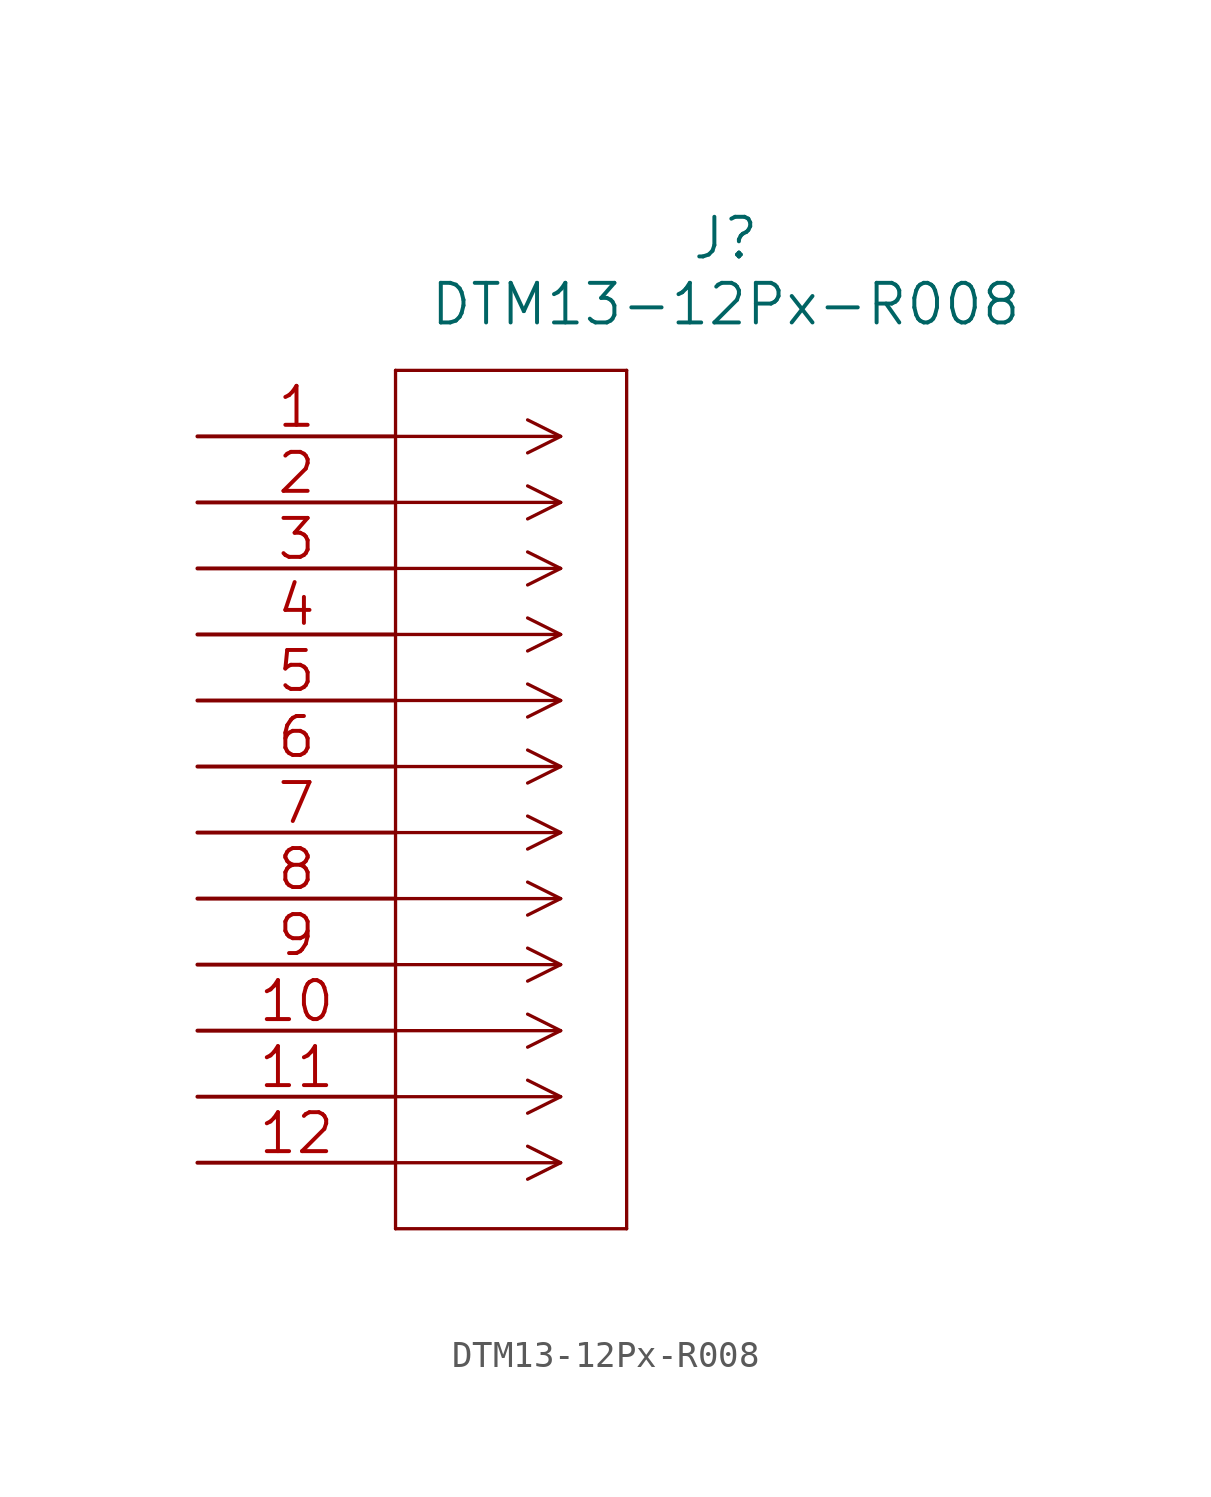
<source format=kicad_sym>
(kicad_symbol_lib
  (version 20211014)
  (generator kicad_symbol_editor)
  (symbol "DTM13-12Px-R008"
    (pin_names
      (offset 0.254) hide)
    (property "Reference" "J"
      (at 20.32 7.62 0)
      (effects (font (size 1.524 1.524))))
    (property "Value" "DTM13-12Px-R008"
      (at 20.32 5.08 0)
      (effects (font (size 1.524 1.524))))
    (symbol "DTM13-12Px-R008_1_1"
      (polyline (pts (xy 7.62 -30.48) (xy 16.51 -30.48)) (stroke (width 0.127) (type default) (color 0 0 0 0)) (fill (type none)))
      (polyline (pts (xy 7.62 -27.94) (xy 13.97 -27.94)) (stroke (width 0.127) (type default) (color 0 0 0 0)) (fill (type none)))
      (polyline (pts (xy 7.62 -25.4) (xy 13.97 -25.4)) (stroke (width 0.127) (type default) (color 0 0 0 0)) (fill (type none)))
      (polyline (pts (xy 7.62 -22.86) (xy 13.97 -22.86)) (stroke (width 0.127) (type default) (color 0 0 0 0)) (fill (type none)))
      (polyline (pts (xy 7.62 -20.32) (xy 13.97 -20.32)) (stroke (width 0.127) (type default) (color 0 0 0 0)) (fill (type none)))
      (polyline (pts (xy 7.62 -17.78) (xy 13.97 -17.78)) (stroke (width 0.127) (type default) (color 0 0 0 0)) (fill (type none)))
      (polyline (pts (xy 7.62 -15.24) (xy 13.97 -15.24)) (stroke (width 0.127) (type default) (color 0 0 0 0)) (fill (type none)))
      (polyline (pts (xy 7.62 -12.7) (xy 13.97 -12.7)) (stroke (width 0.127) (type default) (color 0 0 0 0)) (fill (type none)))
      (polyline (pts (xy 7.62 -10.16) (xy 13.97 -10.16)) (stroke (width 0.127) (type default) (color 0 0 0 0)) (fill (type none)))
      (polyline (pts (xy 7.62 -7.62) (xy 13.97 -7.62)) (stroke (width 0.127) (type default) (color 0 0 0 0)) (fill (type none)))
      (polyline (pts (xy 7.62 -5.08) (xy 13.97 -5.08)) (stroke (width 0.127) (type default) (color 0 0 0 0)) (fill (type none)))
      (polyline (pts (xy 7.62 -2.54) (xy 13.97 -2.54)) (stroke (width 0.127) (type default) (color 0 0 0 0)) (fill (type none)))
      (polyline (pts (xy 7.62 0) (xy 13.97 0)) (stroke (width 0.127) (type default) (color 0 0 0 0)) (fill (type none)))
      (polyline (pts (xy 7.62 2.54) (xy 7.62 -30.48)) (stroke (width 0.127) (type default) (color 0 0 0 0)) (fill (type none)))
      (polyline (pts (xy 12.7 -28.575) (xy 13.97 -27.94)) (stroke (width 0.127) (type default) (color 0 0 0 0)) (fill (type none)))
      (polyline (pts (xy 12.7 -27.305) (xy 13.97 -27.94)) (stroke (width 0.127) (type default) (color 0 0 0 0)) (fill (type none)))
      (polyline (pts (xy 12.7 -26.035) (xy 13.97 -25.4)) (stroke (width 0.127) (type default) (color 0 0 0 0)) (fill (type none)))
      (polyline (pts (xy 12.7 -24.765) (xy 13.97 -25.4)) (stroke (width 0.127) (type default) (color 0 0 0 0)) (fill (type none)))
      (polyline (pts (xy 12.7 -23.495) (xy 13.97 -22.86)) (stroke (width 0.127) (type default) (color 0 0 0 0)) (fill (type none)))
      (polyline (pts (xy 12.7 -22.225) (xy 13.97 -22.86)) (stroke (width 0.127) (type default) (color 0 0 0 0)) (fill (type none)))
      (polyline (pts (xy 12.7 -20.955) (xy 13.97 -20.32)) (stroke (width 0.127) (type default) (color 0 0 0 0)) (fill (type none)))
      (polyline (pts (xy 12.7 -19.685) (xy 13.97 -20.32)) (stroke (width 0.127) (type default) (color 0 0 0 0)) (fill (type none)))
      (polyline (pts (xy 12.7 -18.415) (xy 13.97 -17.78)) (stroke (width 0.127) (type default) (color 0 0 0 0)) (fill (type none)))
      (polyline (pts (xy 12.7 -17.145) (xy 13.97 -17.78)) (stroke (width 0.127) (type default) (color 0 0 0 0)) (fill (type none)))
      (polyline (pts (xy 12.7 -15.875) (xy 13.97 -15.24)) (stroke (width 0.127) (type default) (color 0 0 0 0)) (fill (type none)))
      (polyline (pts (xy 12.7 -14.605) (xy 13.97 -15.24)) (stroke (width 0.127) (type default) (color 0 0 0 0)) (fill (type none)))
      (polyline (pts (xy 12.7 -13.335) (xy 13.97 -12.7)) (stroke (width 0.127) (type default) (color 0 0 0 0)) (fill (type none)))
      (polyline (pts (xy 12.7 -12.065) (xy 13.97 -12.7)) (stroke (width 0.127) (type default) (color 0 0 0 0)) (fill (type none)))
      (polyline (pts (xy 12.7 -10.795) (xy 13.97 -10.16)) (stroke (width 0.127) (type default) (color 0 0 0 0)) (fill (type none)))
      (polyline (pts (xy 12.7 -9.525) (xy 13.97 -10.16)) (stroke (width 0.127) (type default) (color 0 0 0 0)) (fill (type none)))
      (polyline (pts (xy 12.7 -8.255) (xy 13.97 -7.62)) (stroke (width 0.127) (type default) (color 0 0 0 0)) (fill (type none)))
      (polyline (pts (xy 12.7 -6.985) (xy 13.97 -7.62)) (stroke (width 0.127) (type default) (color 0 0 0 0)) (fill (type none)))
      (polyline (pts (xy 12.7 -5.715) (xy 13.97 -5.08)) (stroke (width 0.127) (type default) (color 0 0 0 0)) (fill (type none)))
      (polyline (pts (xy 12.7 -4.445) (xy 13.97 -5.08)) (stroke (width 0.127) (type default) (color 0 0 0 0)) (fill (type none)))
      (polyline (pts (xy 12.7 -3.175) (xy 13.97 -2.54)) (stroke (width 0.127) (type default) (color 0 0 0 0)) (fill (type none)))
      (polyline (pts (xy 12.7 -1.905) (xy 13.97 -2.54)) (stroke (width 0.127) (type default) (color 0 0 0 0)) (fill (type none)))
      (polyline (pts (xy 12.7 -0.635) (xy 13.97 0)) (stroke (width 0.127) (type default) (color 0 0 0 0)) (fill (type none)))
      (polyline (pts (xy 12.7 0.635) (xy 13.97 0)) (stroke (width 0.127) (type default) (color 0 0 0 0)) (fill (type none)))
      (polyline (pts (xy 16.51 -30.48) (xy 16.51 2.54)) (stroke (width 0.127) (type default) (color 0 0 0 0)) (fill (type none)))
      (polyline (pts (xy 16.51 2.54) (xy 7.62 2.54)) (stroke (width 0.127) (type default) (color 0 0 0 0)) (fill (type none)))
      (pin unspecified line (at 0 0 0) (length 7.62) (name "1" (effects (font (size 1.499 1.499)))) (number "1" (effects (font (size 1.499 1.499)))))
      (pin unspecified line (at 0 -22.86 0) (length 7.62) (name "10" (effects (font (size 1.499 1.499)))) (number "10" (effects (font (size 1.499 1.499)))))
      (pin unspecified line (at 0 -25.4 0) (length 7.62) (name "11" (effects (font (size 1.499 1.499)))) (number "11" (effects (font (size 1.499 1.499)))))
      (pin unspecified line (at 0 -27.94 0) (length 7.62) (name "12" (effects (font (size 1.499 1.499)))) (number "12" (effects (font (size 1.499 1.499)))))
      (pin unspecified line (at 0 -2.54 0) (length 7.62) (name "2" (effects (font (size 1.499 1.499)))) (number "2" (effects (font (size 1.499 1.499)))))
      (pin unspecified line (at 0 -5.08 0) (length 7.62) (name "3" (effects (font (size 1.499 1.499)))) (number "3" (effects (font (size 1.499 1.499)))))
      (pin unspecified line (at 0 -7.62 0) (length 7.62) (name "4" (effects (font (size 1.499 1.499)))) (number "4" (effects (font (size 1.499 1.499)))))
      (pin unspecified line (at 0 -10.16 0) (length 7.62) (name "5" (effects (font (size 1.499 1.499)))) (number "5" (effects (font (size 1.499 1.499)))))
      (pin unspecified line (at 0 -12.7 0) (length 7.62) (name "6" (effects (font (size 1.499 1.499)))) (number "6" (effects (font (size 1.499 1.499)))))
      (pin unspecified line (at 0 -15.24 0) (length 7.62) (name "7" (effects (font (size 1.499 1.499)))) (number "7" (effects (font (size 1.499 1.499)))))
      (pin unspecified line (at 0 -17.78 0) (length 7.62) (name "8" (effects (font (size 1.499 1.499)))) (number "8" (effects (font (size 1.499 1.499)))))
      (pin unspecified line (at 0 -20.32 0) (length 7.62) (name "9" (effects (font (size 1.499 1.499)))) (number "9" (effects (font (size 1.499 1.499))))))))
</source>
